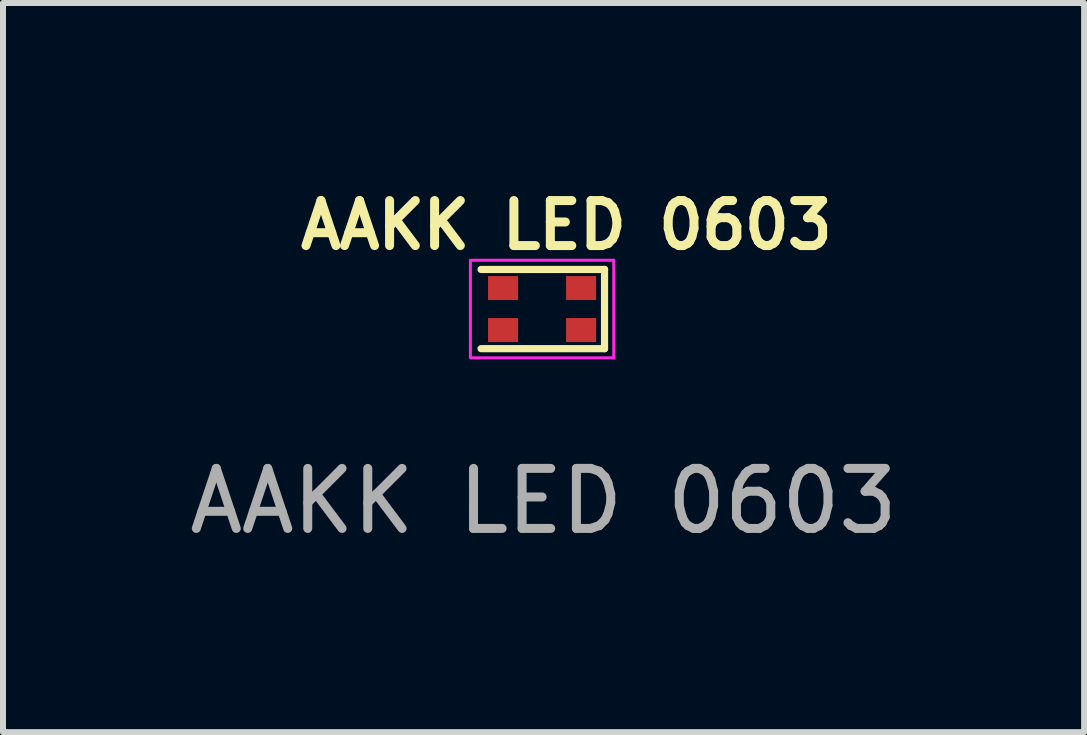
<source format=kicad_pcb>
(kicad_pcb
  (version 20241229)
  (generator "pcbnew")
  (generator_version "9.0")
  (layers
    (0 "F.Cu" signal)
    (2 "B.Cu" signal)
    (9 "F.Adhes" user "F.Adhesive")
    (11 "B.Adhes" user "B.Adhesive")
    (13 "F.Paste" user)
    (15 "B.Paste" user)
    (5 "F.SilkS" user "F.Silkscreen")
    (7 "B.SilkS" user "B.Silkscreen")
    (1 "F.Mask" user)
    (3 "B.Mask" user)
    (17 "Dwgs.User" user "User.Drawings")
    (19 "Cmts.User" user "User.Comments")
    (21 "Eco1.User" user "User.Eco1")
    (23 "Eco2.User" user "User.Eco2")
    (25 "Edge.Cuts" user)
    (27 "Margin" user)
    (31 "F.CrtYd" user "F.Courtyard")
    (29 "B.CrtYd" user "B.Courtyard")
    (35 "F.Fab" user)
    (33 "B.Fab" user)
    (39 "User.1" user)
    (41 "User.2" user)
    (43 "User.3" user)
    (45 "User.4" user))
  (footprint "AAKK LED 0603"
    (layer "F.Cu")
    (at 5.981 2.099)
    (property "Reference" "AAKK LED 0603" (at 0.406 -1.397 0) (unlocked yes) (layer "F.SilkS") (effects (font (size 0.75 0.75) (thickness 0.15))))
    (attr smd)
    (fp_line (start 1.041 -0.66) (end -1.016 -0.66) (stroke (width 0.12) (type solid)) (layer "F.SilkS"))
    (fp_line (start 1.041 -0.66) (end 1.041 0.66) (stroke (width 0.12) (type solid)) (layer "F.SilkS"))
    (fp_line (start 1.041 0.66) (end -1.016 0.66) (stroke (width 0.12) (type solid)) (layer "F.SilkS"))
    (fp_line (start -1.194 0.813) (end -1.194 -0.813) (stroke (width 0.05) (type solid)) (layer "F.CrtYd"))
    (fp_line (start -1.168 -0.813) (end 1.194 -0.813) (stroke (width 0.05) (type solid)) (layer "F.CrtYd"))
    (fp_line (start -1.168 0.813) (end 1.194 0.813) (stroke (width 0.05) (type solid)) (layer "F.CrtYd"))
    (fp_line (start 1.194 0.813) (end 1.194 -0.813) (stroke (width 0.05) (type solid)) (layer "F.CrtYd"))
    (fp_text user "${REFERENCE}" (at 0.025 3.2 0) (unlocked yes) (layer "F.Fab") (effects (font (size 1 1) (thickness 0.15))))
    (pad "1" smd rect (at -0.65 -0.35 180) (size 0.5 0.4) (layers "F.Cu" "F.Mask" "F.Paste"))
    (pad "2" smd rect (at 0.65 -0.35 180) (size 0.5 0.4) (layers "F.Cu" "F.Mask" "F.Paste"))
    (pad "3" smd rect (at -0.65 0.35 180) (size 0.5 0.4) (layers "F.Cu" "F.Mask" "F.Paste"))
    (pad "4" smd rect (at 0.65 0.35 180) (size 0.5 0.4) (layers "F.Cu" "F.Mask" "F.Paste")))
  (gr_rect
    (start -3 -3)
    (end 15.012 9.148)
    (stroke (width 0.1) (type default))
    (fill no)
    (layer "Edge.Cuts")))
</source>
